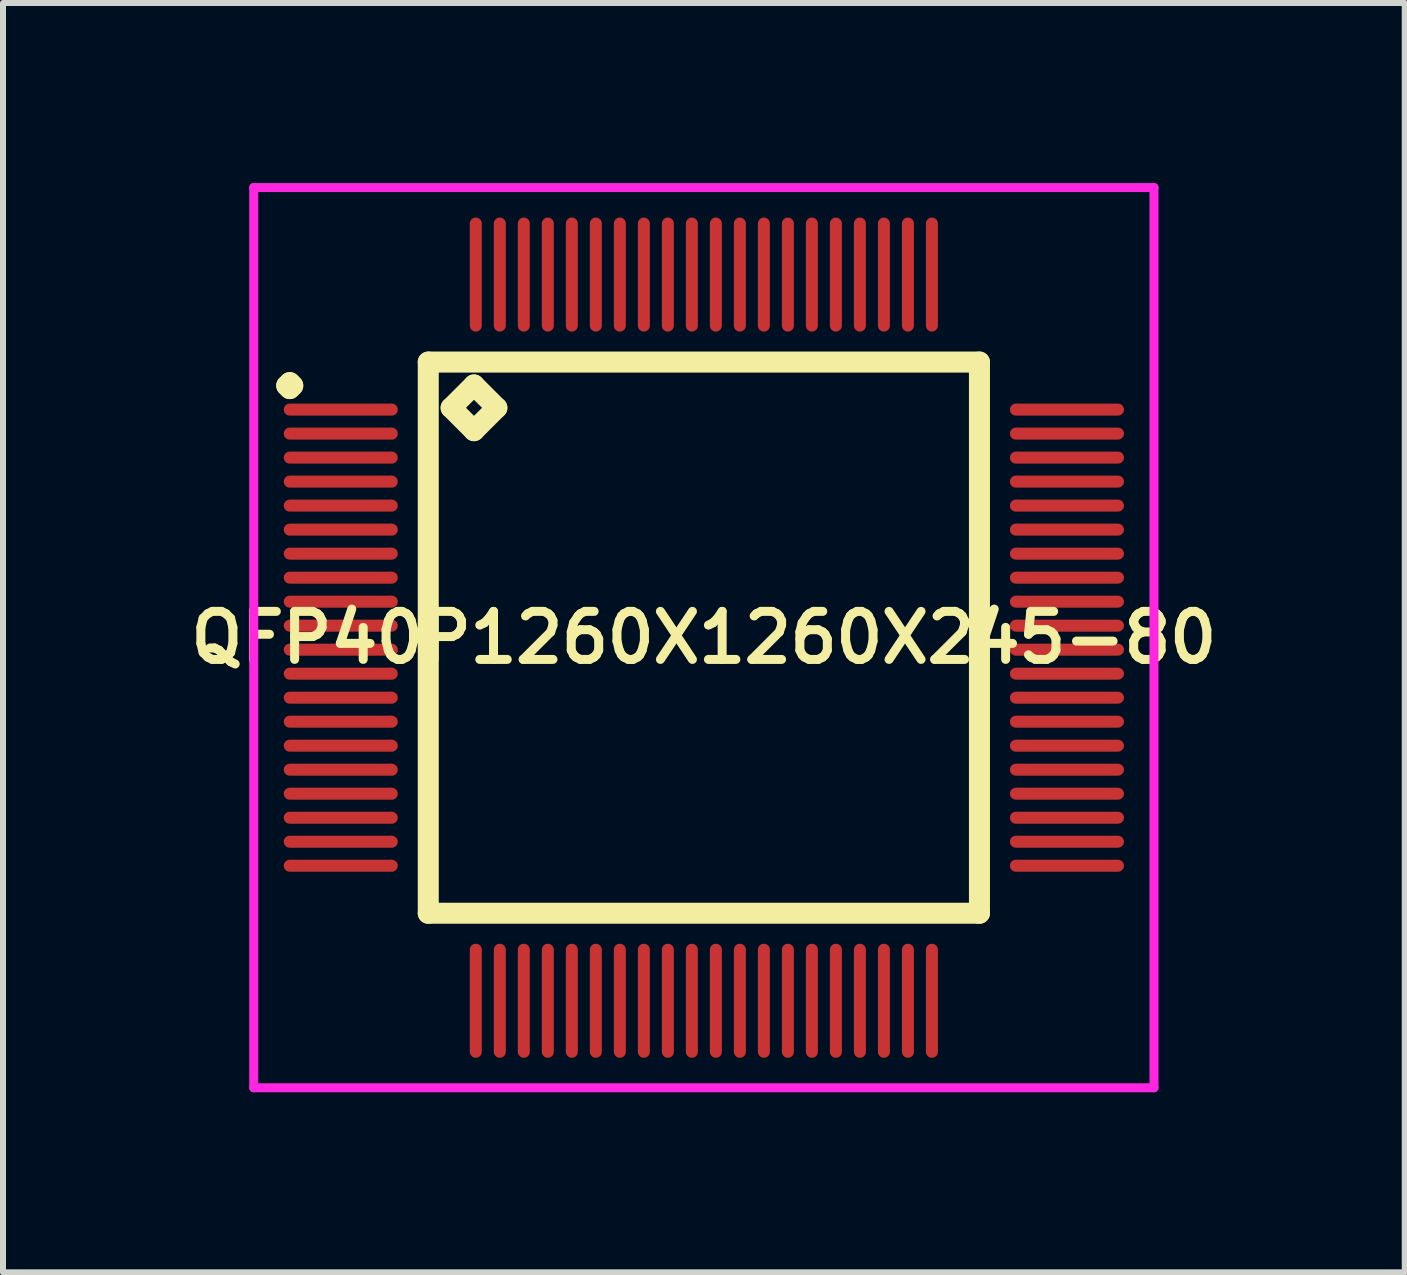
<source format=kicad_pcb>
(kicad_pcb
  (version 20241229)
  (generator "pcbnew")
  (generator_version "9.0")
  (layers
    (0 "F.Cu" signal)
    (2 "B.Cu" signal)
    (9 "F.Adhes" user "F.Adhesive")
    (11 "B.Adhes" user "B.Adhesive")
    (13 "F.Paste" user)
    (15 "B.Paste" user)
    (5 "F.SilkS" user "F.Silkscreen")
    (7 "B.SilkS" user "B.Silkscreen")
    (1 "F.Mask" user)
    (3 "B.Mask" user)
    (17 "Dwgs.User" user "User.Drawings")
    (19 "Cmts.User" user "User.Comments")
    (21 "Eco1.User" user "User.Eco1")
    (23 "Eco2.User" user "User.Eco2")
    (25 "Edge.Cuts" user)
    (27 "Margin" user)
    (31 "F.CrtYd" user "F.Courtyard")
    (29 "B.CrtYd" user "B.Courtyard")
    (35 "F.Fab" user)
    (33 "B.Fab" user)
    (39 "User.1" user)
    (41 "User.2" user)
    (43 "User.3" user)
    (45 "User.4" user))
  (footprint "QFP40P1260X1260X245-80"
    (layer "F.Cu")
    (at 8.678 7.575)
    (property "Reference" "QFP40P1260X1260X245-80" (at 0 0 0) (layer "F.SilkS") (effects (font (size 0.8 0.8) (thickness 0.15))))
    (attr smd)
    (fp_line (start -6.95 -4.2) (end -6.9 -4.25) (stroke (width 0.35) (type solid)) (layer "F.SilkS"))
    (fp_line (start -6.9 -4.25) (end -6.85 -4.2) (stroke (width 0.35) (type solid)) (layer "F.SilkS"))
    (fp_line (start -6.9 -4.15) (end -6.95 -4.2) (stroke (width 0.35) (type solid)) (layer "F.SilkS"))
    (fp_line (start -6.85 -4.2) (end -6.9 -4.15) (stroke (width 0.35) (type solid)) (layer "F.SilkS"))
    (fp_line (start -4.592 -4.592) (end -4.592 4.592) (stroke (width 0.35) (type solid)) (layer "F.SilkS"))
    (fp_line (start -4.592 4.592) (end 4.592 4.592) (stroke (width 0.35) (type solid)) (layer "F.SilkS"))
    (fp_line (start -4.211 -3.83) (end -3.83 -4.211) (stroke (width 0.35) (type solid)) (layer "F.SilkS"))
    (fp_line (start -3.83 -4.211) (end -3.449 -3.83) (stroke (width 0.35) (type solid)) (layer "F.SilkS"))
    (fp_line (start -3.83 -3.449) (end -4.211 -3.83) (stroke (width 0.35) (type solid)) (layer "F.SilkS"))
    (fp_line (start -3.449 -3.83) (end -3.83 -3.449) (stroke (width 0.35) (type solid)) (layer "F.SilkS"))
    (fp_line (start 4.592 -4.592) (end -4.592 -4.592) (stroke (width 0.35) (type solid)) (layer "F.SilkS"))
    (fp_line (start 4.592 4.592) (end 4.592 -4.592) (stroke (width 0.35) (type solid)) (layer "F.SilkS"))
    (fp_line (start -7.5 -7.5) (end 7.5 -7.5) (stroke (width 0.15) (type solid)) (layer "F.CrtYd"))
    (fp_line (start -7.5 7.5) (end -7.5 -7.5) (stroke (width 0.15) (type solid)) (layer "F.CrtYd"))
    (fp_line (start 7.5 -7.5) (end 7.5 7.5) (stroke (width 0.15) (type solid)) (layer "F.CrtYd"))
    (fp_line (start 7.5 7.5) (end -7.5 7.5) (stroke (width 0.15) (type solid)) (layer "F.CrtYd"))
    (pad "1" smd oval (at -6.05 -3.8) (size 1.9 0.2) (layers "F.Cu" "F.Mask" "F.Paste"))
    (pad "2" smd oval (at -6.05 -3.4) (size 1.9 0.2) (layers "F.Cu" "F.Mask" "F.Paste"))
    (pad "3" smd oval (at -6.05 -3) (size 1.9 0.2) (layers "F.Cu" "F.Mask" "F.Paste"))
    (pad "4" smd oval (at -6.05 -2.6) (size 1.9 0.2) (layers "F.Cu" "F.Mask" "F.Paste"))
    (pad "5" smd oval (at -6.05 -2.2) (size 1.9 0.2) (layers "F.Cu" "F.Mask" "F.Paste"))
    (pad "6" smd oval (at -6.05 -1.8) (size 1.9 0.2) (layers "F.Cu" "F.Mask" "F.Paste"))
    (pad "7" smd oval (at -6.05 -1.4) (size 1.9 0.2) (layers "F.Cu" "F.Mask" "F.Paste"))
    (pad "8" smd oval (at -6.05 -1) (size 1.9 0.2) (layers "F.Cu" "F.Mask" "F.Paste"))
    (pad "9" smd oval (at -6.05 -0.6) (size 1.9 0.2) (layers "F.Cu" "F.Mask" "F.Paste"))
    (pad "10" smd oval (at -6.05 -0.2) (size 1.9 0.2) (layers "F.Cu" "F.Mask" "F.Paste"))
    (pad "11" smd oval (at -6.05 0.2) (size 1.9 0.2) (layers "F.Cu" "F.Mask" "F.Paste"))
    (pad "12" smd oval (at -6.05 0.6) (size 1.9 0.2) (layers "F.Cu" "F.Mask" "F.Paste"))
    (pad "13" smd oval (at -6.05 1) (size 1.9 0.2) (layers "F.Cu" "F.Mask" "F.Paste"))
    (pad "14" smd oval (at -6.05 1.4) (size 1.9 0.2) (layers "F.Cu" "F.Mask" "F.Paste"))
    (pad "15" smd oval (at -6.05 1.8) (size 1.9 0.2) (layers "F.Cu" "F.Mask" "F.Paste"))
    (pad "16" smd oval (at -6.05 2.2) (size 1.9 0.2) (layers "F.Cu" "F.Mask" "F.Paste"))
    (pad "17" smd oval (at -6.05 2.6) (size 1.9 0.2) (layers "F.Cu" "F.Mask" "F.Paste"))
    (pad "18" smd oval (at -6.05 3) (size 1.9 0.2) (layers "F.Cu" "F.Mask" "F.Paste"))
    (pad "19" smd oval (at -6.05 3.4) (size 1.9 0.2) (layers "F.Cu" "F.Mask" "F.Paste"))
    (pad "20" smd oval (at -6.05 3.8) (size 1.9 0.2) (layers "F.Cu" "F.Mask" "F.Paste"))
    (pad "21" smd oval (at -3.8 6.05) (size 0.2 1.9) (layers "F.Cu" "F.Mask" "F.Paste"))
    (pad "22" smd oval (at -3.4 6.05) (size 0.2 1.9) (layers "F.Cu" "F.Mask" "F.Paste"))
    (pad "23" smd oval (at -3 6.05) (size 0.2 1.9) (layers "F.Cu" "F.Mask" "F.Paste"))
    (pad "24" smd oval (at -2.6 6.05) (size 0.2 1.9) (layers "F.Cu" "F.Mask" "F.Paste"))
    (pad "25" smd oval (at -2.2 6.05) (size 0.2 1.9) (layers "F.Cu" "F.Mask" "F.Paste"))
    (pad "26" smd oval (at -1.8 6.05) (size 0.2 1.9) (layers "F.Cu" "F.Mask" "F.Paste"))
    (pad "27" smd oval (at -1.4 6.05) (size 0.2 1.9) (layers "F.Cu" "F.Mask" "F.Paste"))
    (pad "28" smd oval (at -1 6.05) (size 0.2 1.9) (layers "F.Cu" "F.Mask" "F.Paste"))
    (pad "29" smd oval (at -0.6 6.05) (size 0.2 1.9) (layers "F.Cu" "F.Mask" "F.Paste"))
    (pad "30" smd oval (at -0.2 6.05) (size 0.2 1.9) (layers "F.Cu" "F.Mask" "F.Paste"))
    (pad "31" smd oval (at 0.2 6.05) (size 0.2 1.9) (layers "F.Cu" "F.Mask" "F.Paste"))
    (pad "32" smd oval (at 0.6 6.05) (size 0.2 1.9) (layers "F.Cu" "F.Mask" "F.Paste"))
    (pad "33" smd oval (at 1 6.05) (size 0.2 1.9) (layers "F.Cu" "F.Mask" "F.Paste"))
    (pad "34" smd oval (at 1.4 6.05) (size 0.2 1.9) (layers "F.Cu" "F.Mask" "F.Paste"))
    (pad "35" smd oval (at 1.8 6.05) (size 0.2 1.9) (layers "F.Cu" "F.Mask" "F.Paste"))
    (pad "36" smd oval (at 2.2 6.05) (size 0.2 1.9) (layers "F.Cu" "F.Mask" "F.Paste"))
    (pad "37" smd oval (at 2.6 6.05) (size 0.2 1.9) (layers "F.Cu" "F.Mask" "F.Paste"))
    (pad "38" smd oval (at 3 6.05) (size 0.2 1.9) (layers "F.Cu" "F.Mask" "F.Paste"))
    (pad "39" smd oval (at 3.4 6.05) (size 0.2 1.9) (layers "F.Cu" "F.Mask" "F.Paste"))
    (pad "40" smd oval (at 3.8 6.05) (size 0.2 1.9) (layers "F.Cu" "F.Mask" "F.Paste"))
    (pad "41" smd oval (at 6.05 3.8) (size 1.9 0.2) (layers "F.Cu" "F.Mask" "F.Paste"))
    (pad "42" smd oval (at 6.05 3.4) (size 1.9 0.2) (layers "F.Cu" "F.Mask" "F.Paste"))
    (pad "43" smd oval (at 6.05 3) (size 1.9 0.2) (layers "F.Cu" "F.Mask" "F.Paste"))
    (pad "44" smd oval (at 6.05 2.6) (size 1.9 0.2) (layers "F.Cu" "F.Mask" "F.Paste"))
    (pad "45" smd oval (at 6.05 2.2) (size 1.9 0.2) (layers "F.Cu" "F.Mask" "F.Paste"))
    (pad "46" smd oval (at 6.05 1.8) (size 1.9 0.2) (layers "F.Cu" "F.Mask" "F.Paste"))
    (pad "47" smd oval (at 6.05 1.4) (size 1.9 0.2) (layers "F.Cu" "F.Mask" "F.Paste"))
    (pad "48" smd oval (at 6.05 1) (size 1.9 0.2) (layers "F.Cu" "F.Mask" "F.Paste"))
    (pad "49" smd oval (at 6.05 0.6) (size 1.9 0.2) (layers "F.Cu" "F.Mask" "F.Paste"))
    (pad "50" smd oval (at 6.05 0.2) (size 1.9 0.2) (layers "F.Cu" "F.Mask" "F.Paste"))
    (pad "51" smd oval (at 6.05 -0.2) (size 1.9 0.2) (layers "F.Cu" "F.Mask" "F.Paste"))
    (pad "52" smd oval (at 6.05 -0.6) (size 1.9 0.2) (layers "F.Cu" "F.Mask" "F.Paste"))
    (pad "53" smd oval (at 6.05 -1) (size 1.9 0.2) (layers "F.Cu" "F.Mask" "F.Paste"))
    (pad "54" smd oval (at 6.05 -1.4) (size 1.9 0.2) (layers "F.Cu" "F.Mask" "F.Paste"))
    (pad "55" smd oval (at 6.05 -1.8) (size 1.9 0.2) (layers "F.Cu" "F.Mask" "F.Paste"))
    (pad "56" smd oval (at 6.05 -2.2) (size 1.9 0.2) (layers "F.Cu" "F.Mask" "F.Paste"))
    (pad "57" smd oval (at 6.05 -2.6) (size 1.9 0.2) (layers "F.Cu" "F.Mask" "F.Paste"))
    (pad "58" smd oval (at 6.05 -3) (size 1.9 0.2) (layers "F.Cu" "F.Mask" "F.Paste"))
    (pad "59" smd oval (at 6.05 -3.4) (size 1.9 0.2) (layers "F.Cu" "F.Mask" "F.Paste"))
    (pad "60" smd oval (at 6.05 -3.8) (size 1.9 0.2) (layers "F.Cu" "F.Mask" "F.Paste"))
    (pad "61" smd oval (at 3.8 -6.05) (size 0.2 1.9) (layers "F.Cu" "F.Mask" "F.Paste"))
    (pad "62" smd oval (at 3.4 -6.05) (size 0.2 1.9) (layers "F.Cu" "F.Mask" "F.Paste"))
    (pad "63" smd oval (at 3 -6.05) (size 0.2 1.9) (layers "F.Cu" "F.Mask" "F.Paste"))
    (pad "64" smd oval (at 2.6 -6.05) (size 0.2 1.9) (layers "F.Cu" "F.Mask" "F.Paste"))
    (pad "65" smd oval (at 2.2 -6.05) (size 0.2 1.9) (layers "F.Cu" "F.Mask" "F.Paste"))
    (pad "66" smd oval (at 1.8 -6.05) (size 0.2 1.9) (layers "F.Cu" "F.Mask" "F.Paste"))
    (pad "67" smd oval (at 1.4 -6.05) (size 0.2 1.9) (layers "F.Cu" "F.Mask" "F.Paste"))
    (pad "68" smd oval (at 1 -6.05) (size 0.2 1.9) (layers "F.Cu" "F.Mask" "F.Paste"))
    (pad "69" smd oval (at 0.6 -6.05) (size 0.2 1.9) (layers "F.Cu" "F.Mask" "F.Paste"))
    (pad "70" smd oval (at 0.2 -6.05) (size 0.2 1.9) (layers "F.Cu" "F.Mask" "F.Paste"))
    (pad "71" smd oval (at -0.2 -6.05) (size 0.2 1.9) (layers "F.Cu" "F.Mask" "F.Paste"))
    (pad "72" smd oval (at -0.6 -6.05) (size 0.2 1.9) (layers "F.Cu" "F.Mask" "F.Paste"))
    (pad "73" smd oval (at -1 -6.05) (size 0.2 1.9) (layers "F.Cu" "F.Mask" "F.Paste"))
    (pad "74" smd oval (at -1.4 -6.05) (size 0.2 1.9) (layers "F.Cu" "F.Mask" "F.Paste"))
    (pad "75" smd oval (at -1.8 -6.05) (size 0.2 1.9) (layers "F.Cu" "F.Mask" "F.Paste"))
    (pad "76" smd oval (at -2.2 -6.05) (size 0.2 1.9) (layers "F.Cu" "F.Mask" "F.Paste"))
    (pad "77" smd oval (at -2.6 -6.05) (size 0.2 1.9) (layers "F.Cu" "F.Mask" "F.Paste"))
    (pad "78" smd oval (at -3 -6.05) (size 0.2 1.9) (layers "F.Cu" "F.Mask" "F.Paste"))
    (pad "79" smd oval (at -3.4 -6.05) (size 0.2 1.9) (layers "F.Cu" "F.Mask" "F.Paste"))
    (pad "80" smd oval (at -3.8 -6.05) (size 0.2 1.9) (layers "F.Cu" "F.Mask" "F.Paste")))
  (gr_rect
    (start -3 -3)
    (end 20.357 18.15)
    (stroke (width 0.1) (type default))
    (fill no)
    (layer "Edge.Cuts")))
</source>
